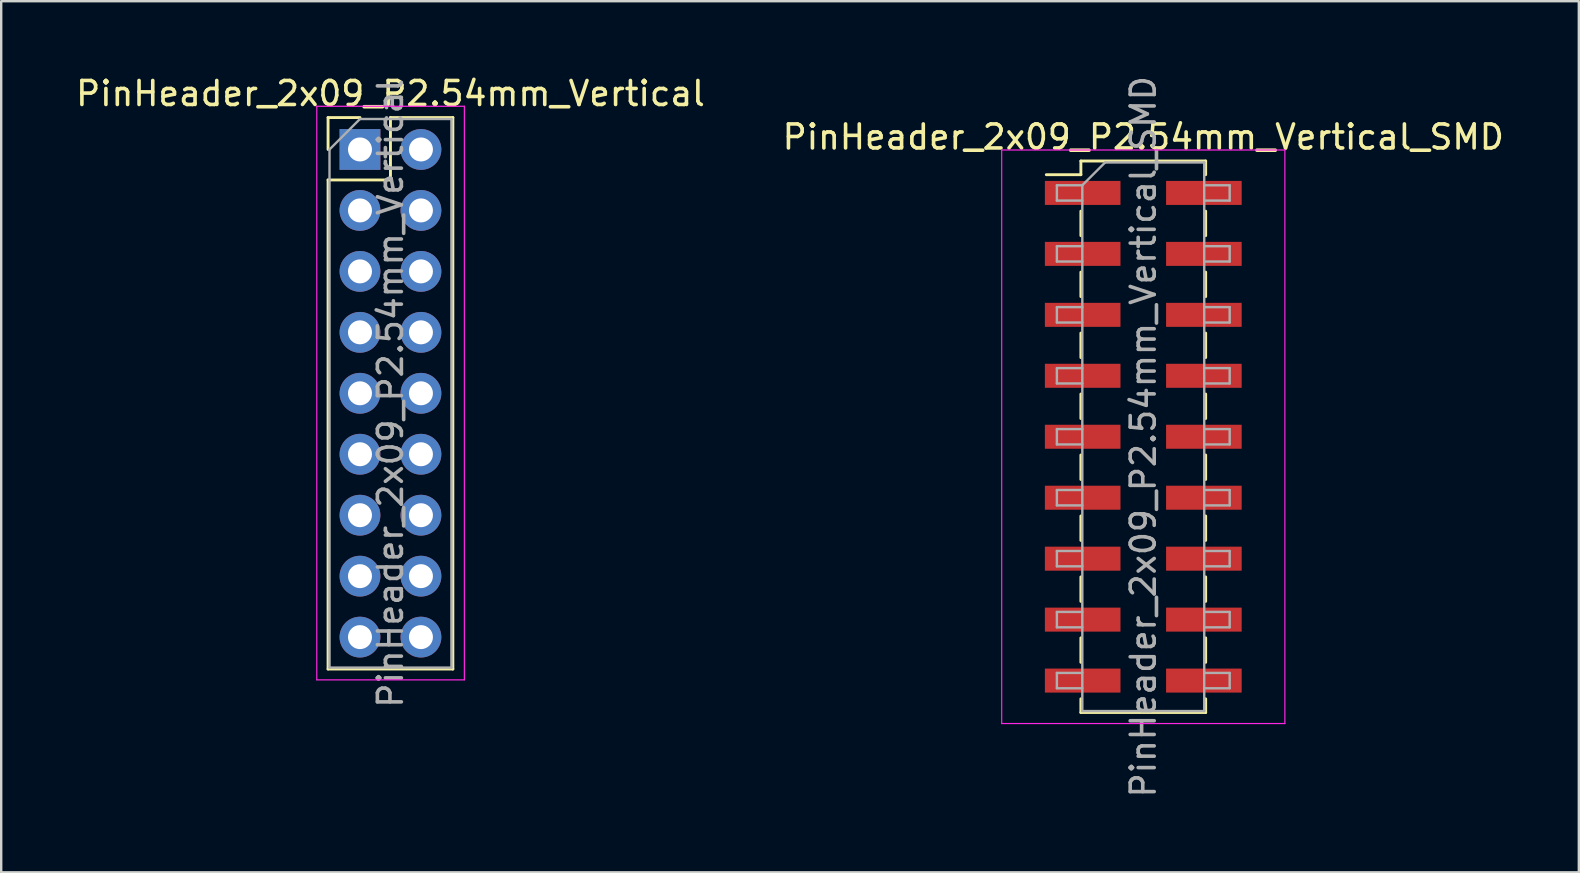
<source format=kicad_pcb>
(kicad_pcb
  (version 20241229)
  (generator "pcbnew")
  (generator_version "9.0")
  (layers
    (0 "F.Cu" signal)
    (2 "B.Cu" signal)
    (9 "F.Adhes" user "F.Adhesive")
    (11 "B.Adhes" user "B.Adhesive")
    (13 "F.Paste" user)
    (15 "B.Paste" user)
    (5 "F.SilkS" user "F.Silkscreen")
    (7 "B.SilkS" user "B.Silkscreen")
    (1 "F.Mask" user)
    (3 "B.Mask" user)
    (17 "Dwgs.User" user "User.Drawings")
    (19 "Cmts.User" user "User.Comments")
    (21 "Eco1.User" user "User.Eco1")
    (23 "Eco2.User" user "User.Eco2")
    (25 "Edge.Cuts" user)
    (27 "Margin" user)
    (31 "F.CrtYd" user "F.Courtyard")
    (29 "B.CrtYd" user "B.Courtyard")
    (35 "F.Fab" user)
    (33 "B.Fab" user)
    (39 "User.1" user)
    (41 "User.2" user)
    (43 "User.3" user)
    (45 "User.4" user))
  (footprint "PinHeader_2x09_P2.54mm_Vertical_SMD"
    (layer "F.Cu")
    (at 44.589 15.149)
    (property "Reference" "PinHeader_2x09_P2.54mm_Vertical_SMD" (at 0 -12.49 0) (layer "F.SilkS") (effects (font (size 1 1) (thickness 0.15))))
    (attr smd)
    (fp_line (start -4.04 -10.92) (end -2.6 -10.92) (stroke (width 0.12) (type solid)) (layer "F.SilkS"))
    (fp_line (start -2.6 -11.49) (end -2.6 -10.92) (stroke (width 0.12) (type solid)) (layer "F.SilkS"))
    (fp_line (start -2.6 -11.49) (end 2.6 -11.49) (stroke (width 0.12) (type solid)) (layer "F.SilkS"))
    (fp_line (start -2.6 -9.4) (end -2.6 -8.38) (stroke (width 0.12) (type solid)) (layer "F.SilkS"))
    (fp_line (start -2.6 -6.86) (end -2.6 -5.84) (stroke (width 0.12) (type solid)) (layer "F.SilkS"))
    (fp_line (start -2.6 -4.32) (end -2.6 -3.3) (stroke (width 0.12) (type solid)) (layer "F.SilkS"))
    (fp_line (start -2.6 -1.78) (end -2.6 -0.76) (stroke (width 0.12) (type solid)) (layer "F.SilkS"))
    (fp_line (start -2.6 0.76) (end -2.6 1.78) (stroke (width 0.12) (type solid)) (layer "F.SilkS"))
    (fp_line (start -2.6 3.3) (end -2.6 4.32) (stroke (width 0.12) (type solid)) (layer "F.SilkS"))
    (fp_line (start -2.6 5.84) (end -2.6 6.86) (stroke (width 0.12) (type solid)) (layer "F.SilkS"))
    (fp_line (start -2.6 8.38) (end -2.6 9.4) (stroke (width 0.12) (type solid)) (layer "F.SilkS"))
    (fp_line (start -2.6 10.92) (end -2.6 11.49) (stroke (width 0.12) (type solid)) (layer "F.SilkS"))
    (fp_line (start -2.6 11.49) (end 2.6 11.49) (stroke (width 0.12) (type solid)) (layer "F.SilkS"))
    (fp_line (start 2.6 -11.49) (end 2.6 -10.92) (stroke (width 0.12) (type solid)) (layer "F.SilkS"))
    (fp_line (start 2.6 -9.4) (end 2.6 -8.38) (stroke (width 0.12) (type solid)) (layer "F.SilkS"))
    (fp_line (start 2.6 -6.86) (end 2.6 -5.84) (stroke (width 0.12) (type solid)) (layer "F.SilkS"))
    (fp_line (start 2.6 -4.32) (end 2.6 -3.3) (stroke (width 0.12) (type solid)) (layer "F.SilkS"))
    (fp_line (start 2.6 -1.78) (end 2.6 -0.76) (stroke (width 0.12) (type solid)) (layer "F.SilkS"))
    (fp_line (start 2.6 0.76) (end 2.6 1.78) (stroke (width 0.12) (type solid)) (layer "F.SilkS"))
    (fp_line (start 2.6 3.3) (end 2.6 4.32) (stroke (width 0.12) (type solid)) (layer "F.SilkS"))
    (fp_line (start 2.6 5.84) (end 2.6 6.86) (stroke (width 0.12) (type solid)) (layer "F.SilkS"))
    (fp_line (start 2.6 8.38) (end 2.6 9.4) (stroke (width 0.12) (type solid)) (layer "F.SilkS"))
    (fp_line (start 2.6 10.92) (end 2.6 11.49) (stroke (width 0.12) (type solid)) (layer "F.SilkS"))
    (fp_line (start -5.9 -11.95) (end -5.9 11.95) (stroke (width 0.05) (type solid)) (layer "F.CrtYd"))
    (fp_line (start -5.9 11.95) (end 5.9 11.95) (stroke (width 0.05) (type solid)) (layer "F.CrtYd"))
    (fp_line (start 5.9 -11.95) (end -5.9 -11.95) (stroke (width 0.05) (type solid)) (layer "F.CrtYd"))
    (fp_line (start 5.9 11.95) (end 5.9 -11.95) (stroke (width 0.05) (type solid)) (layer "F.CrtYd"))
    (fp_line (start -3.6 -10.48) (end -3.6 -9.84) (stroke (width 0.1) (type solid)) (layer "F.Fab"))
    (fp_line (start -3.6 -9.84) (end -2.54 -9.84) (stroke (width 0.1) (type solid)) (layer "F.Fab"))
    (fp_line (start -3.6 -7.94) (end -3.6 -7.3) (stroke (width 0.1) (type solid)) (layer "F.Fab"))
    (fp_line (start -3.6 -7.3) (end -2.54 -7.3) (stroke (width 0.1) (type solid)) (layer "F.Fab"))
    (fp_line (start -3.6 -5.4) (end -3.6 -4.76) (stroke (width 0.1) (type solid)) (layer "F.Fab"))
    (fp_line (start -3.6 -4.76) (end -2.54 -4.76) (stroke (width 0.1) (type solid)) (layer "F.Fab"))
    (fp_line (start -3.6 -2.86) (end -3.6 -2.22) (stroke (width 0.1) (type solid)) (layer "F.Fab"))
    (fp_line (start -3.6 -2.22) (end -2.54 -2.22) (stroke (width 0.1) (type solid)) (layer "F.Fab"))
    (fp_line (start -3.6 -0.32) (end -3.6 0.32) (stroke (width 0.1) (type solid)) (layer "F.Fab"))
    (fp_line (start -3.6 0.32) (end -2.54 0.32) (stroke (width 0.1) (type solid)) (layer "F.Fab"))
    (fp_line (start -3.6 2.22) (end -3.6 2.86) (stroke (width 0.1) (type solid)) (layer "F.Fab"))
    (fp_line (start -3.6 2.86) (end -2.54 2.86) (stroke (width 0.1) (type solid)) (layer "F.Fab"))
    (fp_line (start -3.6 4.76) (end -3.6 5.4) (stroke (width 0.1) (type solid)) (layer "F.Fab"))
    (fp_line (start -3.6 5.4) (end -2.54 5.4) (stroke (width 0.1) (type solid)) (layer "F.Fab"))
    (fp_line (start -3.6 7.3) (end -3.6 7.94) (stroke (width 0.1) (type solid)) (layer "F.Fab"))
    (fp_line (start -3.6 7.94) (end -2.54 7.94) (stroke (width 0.1) (type solid)) (layer "F.Fab"))
    (fp_line (start -3.6 9.84) (end -3.6 10.48) (stroke (width 0.1) (type solid)) (layer "F.Fab"))
    (fp_line (start -3.6 10.48) (end -2.54 10.48) (stroke (width 0.1) (type solid)) (layer "F.Fab"))
    (fp_line (start -2.54 -10.48) (end -3.6 -10.48) (stroke (width 0.1) (type solid)) (layer "F.Fab"))
    (fp_line (start -2.54 -10.48) (end -1.59 -11.43) (stroke (width 0.1) (type solid)) (layer "F.Fab"))
    (fp_line (start -2.54 -7.94) (end -3.6 -7.94) (stroke (width 0.1) (type solid)) (layer "F.Fab"))
    (fp_line (start -2.54 -5.4) (end -3.6 -5.4) (stroke (width 0.1) (type solid)) (layer "F.Fab"))
    (fp_line (start -2.54 -2.86) (end -3.6 -2.86) (stroke (width 0.1) (type solid)) (layer "F.Fab"))
    (fp_line (start -2.54 -0.32) (end -3.6 -0.32) (stroke (width 0.1) (type solid)) (layer "F.Fab"))
    (fp_line (start -2.54 2.22) (end -3.6 2.22) (stroke (width 0.1) (type solid)) (layer "F.Fab"))
    (fp_line (start -2.54 4.76) (end -3.6 4.76) (stroke (width 0.1) (type solid)) (layer "F.Fab"))
    (fp_line (start -2.54 7.3) (end -3.6 7.3) (stroke (width 0.1) (type solid)) (layer "F.Fab"))
    (fp_line (start -2.54 9.84) (end -3.6 9.84) (stroke (width 0.1) (type solid)) (layer "F.Fab"))
    (fp_line (start -2.54 11.43) (end -2.54 -10.48) (stroke (width 0.1) (type solid)) (layer "F.Fab"))
    (fp_line (start -1.59 -11.43) (end 2.54 -11.43) (stroke (width 0.1) (type solid)) (layer "F.Fab"))
    (fp_line (start 2.54 -11.43) (end 2.54 11.43) (stroke (width 0.1) (type solid)) (layer "F.Fab"))
    (fp_line (start 2.54 -10.48) (end 3.6 -10.48) (stroke (width 0.1) (type solid)) (layer "F.Fab"))
    (fp_line (start 2.54 -7.94) (end 3.6 -7.94) (stroke (width 0.1) (type solid)) (layer "F.Fab"))
    (fp_line (start 2.54 -5.4) (end 3.6 -5.4) (stroke (width 0.1) (type solid)) (layer "F.Fab"))
    (fp_line (start 2.54 -2.86) (end 3.6 -2.86) (stroke (width 0.1) (type solid)) (layer "F.Fab"))
    (fp_line (start 2.54 -0.32) (end 3.6 -0.32) (stroke (width 0.1) (type solid)) (layer "F.Fab"))
    (fp_line (start 2.54 2.22) (end 3.6 2.22) (stroke (width 0.1) (type solid)) (layer "F.Fab"))
    (fp_line (start 2.54 4.76) (end 3.6 4.76) (stroke (width 0.1) (type solid)) (layer "F.Fab"))
    (fp_line (start 2.54 7.3) (end 3.6 7.3) (stroke (width 0.1) (type solid)) (layer "F.Fab"))
    (fp_line (start 2.54 9.84) (end 3.6 9.84) (stroke (width 0.1) (type solid)) (layer "F.Fab"))
    (fp_line (start 2.54 11.43) (end -2.54 11.43) (stroke (width 0.1) (type solid)) (layer "F.Fab"))
    (fp_line (start 3.6 -10.48) (end 3.6 -9.84) (stroke (width 0.1) (type solid)) (layer "F.Fab"))
    (fp_line (start 3.6 -9.84) (end 2.54 -9.84) (stroke (width 0.1) (type solid)) (layer "F.Fab"))
    (fp_line (start 3.6 -7.94) (end 3.6 -7.3) (stroke (width 0.1) (type solid)) (layer "F.Fab"))
    (fp_line (start 3.6 -7.3) (end 2.54 -7.3) (stroke (width 0.1) (type solid)) (layer "F.Fab"))
    (fp_line (start 3.6 -5.4) (end 3.6 -4.76) (stroke (width 0.1) (type solid)) (layer "F.Fab"))
    (fp_line (start 3.6 -4.76) (end 2.54 -4.76) (stroke (width 0.1) (type solid)) (layer "F.Fab"))
    (fp_line (start 3.6 -2.86) (end 3.6 -2.22) (stroke (width 0.1) (type solid)) (layer "F.Fab"))
    (fp_line (start 3.6 -2.22) (end 2.54 -2.22) (stroke (width 0.1) (type solid)) (layer "F.Fab"))
    (fp_line (start 3.6 -0.32) (end 3.6 0.32) (stroke (width 0.1) (type solid)) (layer "F.Fab"))
    (fp_line (start 3.6 0.32) (end 2.54 0.32) (stroke (width 0.1) (type solid)) (layer "F.Fab"))
    (fp_line (start 3.6 2.22) (end 3.6 2.86) (stroke (width 0.1) (type solid)) (layer "F.Fab"))
    (fp_line (start 3.6 2.86) (end 2.54 2.86) (stroke (width 0.1) (type solid)) (layer "F.Fab"))
    (fp_line (start 3.6 4.76) (end 3.6 5.4) (stroke (width 0.1) (type solid)) (layer "F.Fab"))
    (fp_line (start 3.6 5.4) (end 2.54 5.4) (stroke (width 0.1) (type solid)) (layer "F.Fab"))
    (fp_line (start 3.6 7.3) (end 3.6 7.94) (stroke (width 0.1) (type solid)) (layer "F.Fab"))
    (fp_line (start 3.6 7.94) (end 2.54 7.94) (stroke (width 0.1) (type solid)) (layer "F.Fab"))
    (fp_line (start 3.6 9.84) (end 3.6 10.48) (stroke (width 0.1) (type solid)) (layer "F.Fab"))
    (fp_line (start 3.6 10.48) (end 2.54 10.48) (stroke (width 0.1) (type solid)) (layer "F.Fab"))
    (fp_text user "${REFERENCE}" (at 0 0 90) (layer "F.Fab") (effects (font (size 1 1) (thickness 0.15))))
    (pad "1" smd rect (at -2.525 -10.16) (size 3.15 1) (layers "F.Cu" "F.Mask" "F.Paste"))
    (pad "2" smd rect (at 2.525 -10.16) (size 3.15 1) (layers "F.Cu" "F.Mask" "F.Paste"))
    (pad "3" smd rect (at -2.525 -7.62) (size 3.15 1) (layers "F.Cu" "F.Mask" "F.Paste"))
    (pad "4" smd rect (at 2.525 -7.62) (size 3.15 1) (layers "F.Cu" "F.Mask" "F.Paste"))
    (pad "5" smd rect (at -2.525 -5.08) (size 3.15 1) (layers "F.Cu" "F.Mask" "F.Paste"))
    (pad "6" smd rect (at 2.525 -5.08) (size 3.15 1) (layers "F.Cu" "F.Mask" "F.Paste"))
    (pad "7" smd rect (at -2.525 -2.54) (size 3.15 1) (layers "F.Cu" "F.Mask" "F.Paste"))
    (pad "8" smd rect (at 2.525 -2.54) (size 3.15 1) (layers "F.Cu" "F.Mask" "F.Paste"))
    (pad "9" smd rect (at -2.525 0) (size 3.15 1) (layers "F.Cu" "F.Mask" "F.Paste"))
    (pad "10" smd rect (at 2.525 0) (size 3.15 1) (layers "F.Cu" "F.Mask" "F.Paste"))
    (pad "11" smd rect (at -2.525 2.54) (size 3.15 1) (layers "F.Cu" "F.Mask" "F.Paste"))
    (pad "12" smd rect (at 2.525 2.54) (size 3.15 1) (layers "F.Cu" "F.Mask" "F.Paste"))
    (pad "13" smd rect (at -2.525 5.08) (size 3.15 1) (layers "F.Cu" "F.Mask" "F.Paste"))
    (pad "14" smd rect (at 2.525 5.08) (size 3.15 1) (layers "F.Cu" "F.Mask" "F.Paste"))
    (pad "15" smd rect (at -2.525 7.62) (size 3.15 1) (layers "F.Cu" "F.Mask" "F.Paste"))
    (pad "16" smd rect (at 2.525 7.62) (size 3.15 1) (layers "F.Cu" "F.Mask" "F.Paste"))
    (pad "17" smd rect (at -2.525 10.16) (size 3.15 1) (layers "F.Cu" "F.Mask" "F.Paste"))
    (pad "18" smd rect (at 2.525 10.16) (size 3.15 1) (layers "F.Cu" "F.Mask" "F.Paste")))
  (footprint "PinHeader_2x09_P2.54mm_Vertical"
    (layer "F.Cu")
    (at 11.95 3.178)
    (property "Reference" "PinHeader_2x09_P2.54mm_Vertical" (at 1.27 -2.33 0) (layer "F.SilkS") (effects (font (size 1 1) (thickness 0.15))))
    (attr through_hole)
    (fp_line (start -1.33 -1.33) (end 0 -1.33) (stroke (width 0.12) (type solid)) (layer "F.SilkS"))
    (fp_line (start -1.33 0) (end -1.33 -1.33) (stroke (width 0.12) (type solid)) (layer "F.SilkS"))
    (fp_line (start -1.33 1.27) (end -1.33 21.65) (stroke (width 0.12) (type solid)) (layer "F.SilkS"))
    (fp_line (start -1.33 1.27) (end 1.27 1.27) (stroke (width 0.12) (type solid)) (layer "F.SilkS"))
    (fp_line (start -1.33 21.65) (end 3.87 21.65) (stroke (width 0.12) (type solid)) (layer "F.SilkS"))
    (fp_line (start 1.27 -1.33) (end 3.87 -1.33) (stroke (width 0.12) (type solid)) (layer "F.SilkS"))
    (fp_line (start 1.27 1.27) (end 1.27 -1.33) (stroke (width 0.12) (type solid)) (layer "F.SilkS"))
    (fp_line (start 3.87 -1.33) (end 3.87 21.65) (stroke (width 0.12) (type solid)) (layer "F.SilkS"))
    (fp_line (start -1.8 -1.8) (end -1.8 22.1) (stroke (width 0.05) (type solid)) (layer "F.CrtYd"))
    (fp_line (start -1.8 22.1) (end 4.35 22.1) (stroke (width 0.05) (type solid)) (layer "F.CrtYd"))
    (fp_line (start 4.35 -1.8) (end -1.8 -1.8) (stroke (width 0.05) (type solid)) (layer "F.CrtYd"))
    (fp_line (start 4.35 22.1) (end 4.35 -1.8) (stroke (width 0.05) (type solid)) (layer "F.CrtYd"))
    (fp_line (start -1.27 0) (end 0 -1.27) (stroke (width 0.1) (type solid)) (layer "F.Fab"))
    (fp_line (start -1.27 21.59) (end -1.27 0) (stroke (width 0.1) (type solid)) (layer "F.Fab"))
    (fp_line (start 0 -1.27) (end 3.81 -1.27) (stroke (width 0.1) (type solid)) (layer "F.Fab"))
    (fp_line (start 3.81 -1.27) (end 3.81 21.59) (stroke (width 0.1) (type solid)) (layer "F.Fab"))
    (fp_line (start 3.81 21.59) (end -1.27 21.59) (stroke (width 0.1) (type solid)) (layer "F.Fab"))
    (fp_text user "${REFERENCE}" (at 1.27 10.16 90) (layer "F.Fab") (effects (font (size 1 1) (thickness 0.15))))
    (pad "1" thru_hole rect (at 0 0) (size 1.7 1.7) (drill 1) (layers "*.Cu" "*.Mask"))
    (pad "2" thru_hole oval (at 2.54 0) (size 1.7 1.7) (drill 1) (layers "*.Cu" "*.Mask"))
    (pad "3" thru_hole oval (at 0 2.54) (size 1.7 1.7) (drill 1) (layers "*.Cu" "*.Mask"))
    (pad "4" thru_hole oval (at 2.54 2.54) (size 1.7 1.7) (drill 1) (layers "*.Cu" "*.Mask"))
    (pad "5" thru_hole oval (at 0 5.08) (size 1.7 1.7) (drill 1) (layers "*.Cu" "*.Mask"))
    (pad "6" thru_hole oval (at 2.54 5.08) (size 1.7 1.7) (drill 1) (layers "*.Cu" "*.Mask"))
    (pad "7" thru_hole oval (at 0 7.62) (size 1.7 1.7) (drill 1) (layers "*.Cu" "*.Mask"))
    (pad "8" thru_hole oval (at 2.54 7.62) (size 1.7 1.7) (drill 1) (layers "*.Cu" "*.Mask"))
    (pad "9" thru_hole oval (at 0 10.16) (size 1.7 1.7) (drill 1) (layers "*.Cu" "*.Mask"))
    (pad "10" thru_hole oval (at 2.54 10.16) (size 1.7 1.7) (drill 1) (layers "*.Cu" "*.Mask"))
    (pad "11" thru_hole oval (at 0 12.7) (size 1.7 1.7) (drill 1) (layers "*.Cu" "*.Mask"))
    (pad "12" thru_hole oval (at 2.54 12.7) (size 1.7 1.7) (drill 1) (layers "*.Cu" "*.Mask"))
    (pad "13" thru_hole oval (at 0 15.24) (size 1.7 1.7) (drill 1) (layers "*.Cu" "*.Mask"))
    (pad "14" thru_hole oval (at 2.54 15.24) (size 1.7 1.7) (drill 1) (layers "*.Cu" "*.Mask"))
    (pad "15" thru_hole oval (at 0 17.78) (size 1.7 1.7) (drill 1) (layers "*.Cu" "*.Mask"))
    (pad "16" thru_hole oval (at 2.54 17.78) (size 1.7 1.7) (drill 1) (layers "*.Cu" "*.Mask"))
    (pad "17" thru_hole oval (at 0 20.32) (size 1.7 1.7) (drill 1) (layers "*.Cu" "*.Mask"))
    (pad "18" thru_hole oval (at 2.54 20.32) (size 1.7 1.7) (drill 1) (layers "*.Cu" "*.Mask")))
  (gr_rect
    (start -3 -3)
    (end 62.738 33.298)
    (stroke (width 0.1) (type default))
    (fill no)
    (layer "Edge.Cuts")))
</source>
